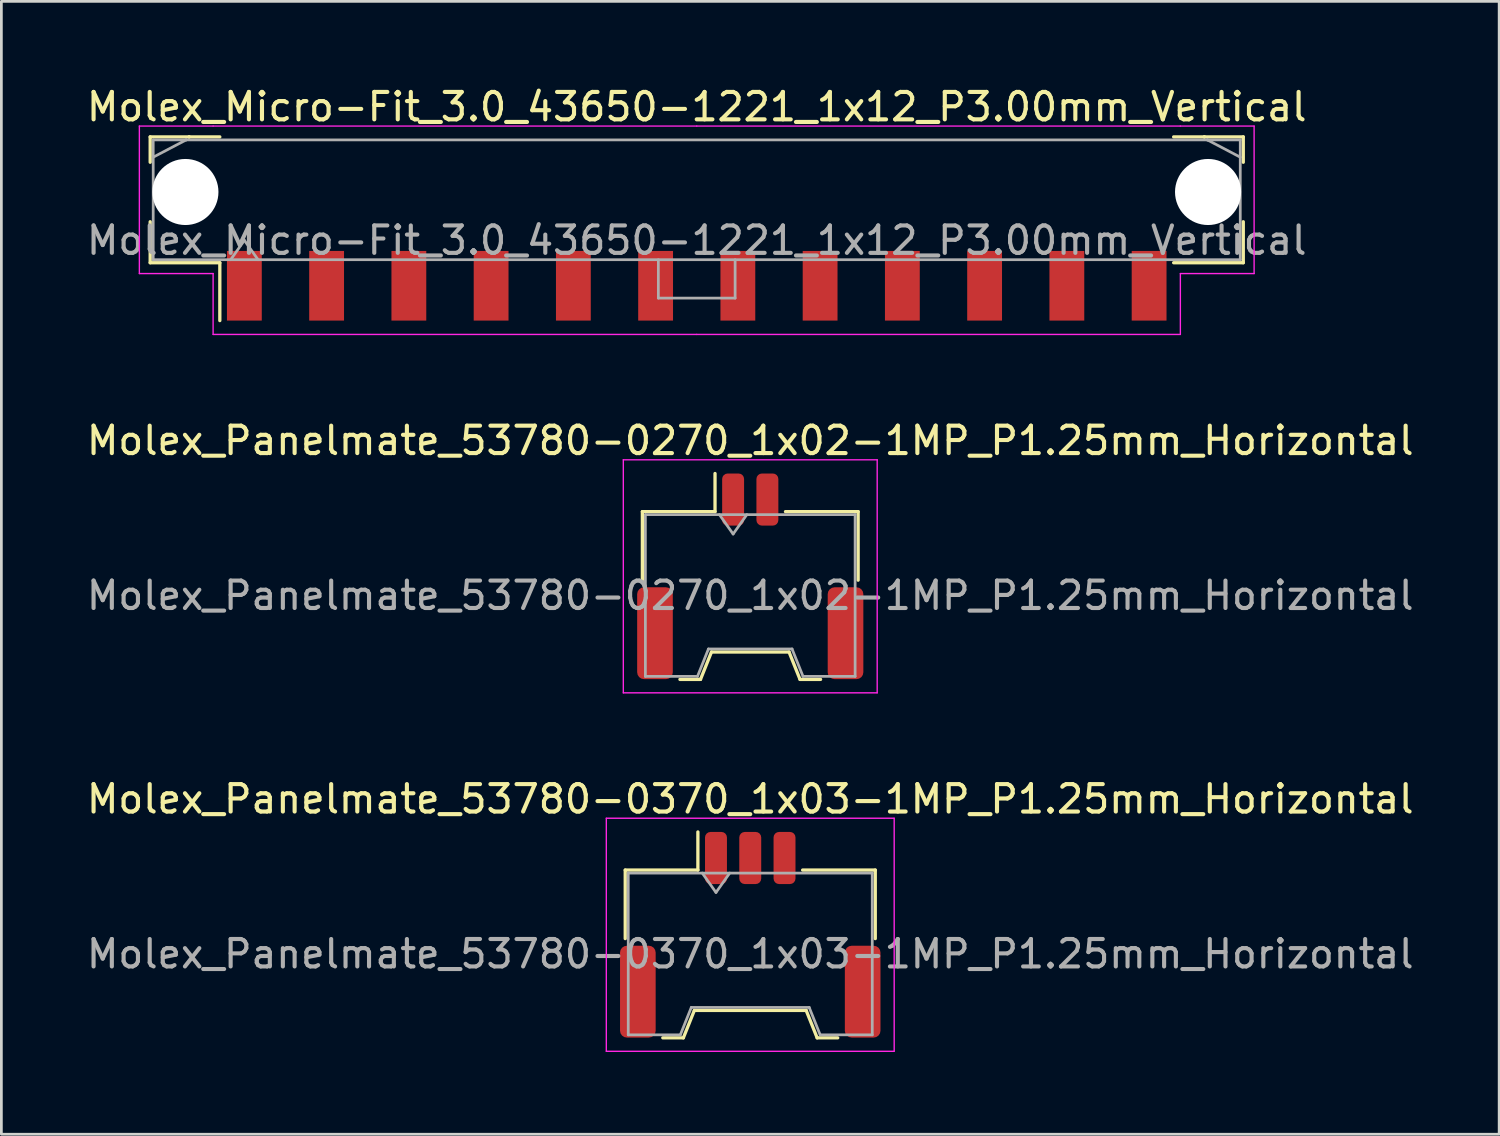
<source format=kicad_pcb>
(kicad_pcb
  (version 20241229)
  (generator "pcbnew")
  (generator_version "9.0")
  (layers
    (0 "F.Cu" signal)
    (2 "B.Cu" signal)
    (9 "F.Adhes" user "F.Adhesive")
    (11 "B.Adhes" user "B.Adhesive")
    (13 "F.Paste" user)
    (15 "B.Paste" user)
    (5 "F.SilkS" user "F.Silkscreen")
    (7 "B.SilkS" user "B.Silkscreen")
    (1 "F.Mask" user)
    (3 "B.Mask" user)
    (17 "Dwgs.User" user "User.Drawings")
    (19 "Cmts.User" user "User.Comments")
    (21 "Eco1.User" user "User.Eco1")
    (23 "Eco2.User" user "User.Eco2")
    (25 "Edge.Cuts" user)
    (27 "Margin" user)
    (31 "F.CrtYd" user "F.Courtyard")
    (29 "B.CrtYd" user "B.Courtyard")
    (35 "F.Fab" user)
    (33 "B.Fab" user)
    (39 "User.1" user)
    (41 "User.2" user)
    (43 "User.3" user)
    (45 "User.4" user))
  (footprint "Molex_Micro-Fit_3.0_43650-1221_1x12_P3.00mm_Vertical"
    (layer "F.Cu")
    (at 22.363 4.238)
    (property "Reference" "Molex_Micro-Fit_3.0_43650-1221_1x12_P3.00mm_Vertical" (at 0 -3.39 0) (layer "F.SilkS") (effects (font (size 1 1) (thickness 0.15))))
    (attr smd)
    (fp_line (start -19.935 -2.295) (end -18.515 -2.295) (stroke (width 0.12) (type solid)) (layer "F.SilkS"))
    (fp_line (start -19.935 -1.37) (end -19.935 -2.295) (stroke (width 0.12) (type solid)) (layer "F.SilkS"))
    (fp_line (start -19.935 0.8) (end -19.935 2.295) (stroke (width 0.12) (type solid)) (layer "F.SilkS"))
    (fp_line (start -19.935 2.295) (end -17.395 2.295) (stroke (width 0.12) (type solid)) (layer "F.SilkS"))
    (fp_line (start -18.515 -2.295) (end -18.515 -2.295) (stroke (width 0.12) (type solid)) (layer "F.SilkS"))
    (fp_line (start -18.515 -2.295) (end -17.395 -2.295) (stroke (width 0.12) (type solid)) (layer "F.SilkS"))
    (fp_line (start -17.395 2.295) (end -17.395 4.405) (stroke (width 0.12) (type solid)) (layer "F.SilkS"))
    (fp_line (start 18.515 -2.295) (end 17.395 -2.295) (stroke (width 0.12) (type solid)) (layer "F.SilkS"))
    (fp_line (start 18.515 -2.295) (end 18.515 -2.295) (stroke (width 0.12) (type solid)) (layer "F.SilkS"))
    (fp_line (start 19.935 -2.295) (end 18.515 -2.295) (stroke (width 0.12) (type solid)) (layer "F.SilkS"))
    (fp_line (start 19.935 -1.37) (end 19.935 -2.295) (stroke (width 0.12) (type solid)) (layer "F.SilkS"))
    (fp_line (start 19.935 0.8) (end 19.935 2.295) (stroke (width 0.12) (type solid)) (layer "F.SilkS"))
    (fp_line (start 19.935 2.295) (end 17.395 2.295) (stroke (width 0.12) (type solid)) (layer "F.SilkS"))
    (fp_line (start -20.33 -2.69) (end -20.33 2.69) (stroke (width 0.05) (type solid)) (layer "F.CrtYd"))
    (fp_line (start -20.33 2.69) (end -17.64 2.69) (stroke (width 0.05) (type solid)) (layer "F.CrtYd"))
    (fp_line (start -17.64 -2.69) (end -20.33 -2.69) (stroke (width 0.05) (type solid)) (layer "F.CrtYd"))
    (fp_line (start -17.64 2.69) (end -17.64 4.91) (stroke (width 0.05) (type solid)) (layer "F.CrtYd"))
    (fp_line (start -17.64 4.91) (end 0 4.91) (stroke (width 0.05) (type solid)) (layer "F.CrtYd"))
    (fp_line (start 0 -2.69) (end -17.64 -2.69) (stroke (width 0.05) (type solid)) (layer "F.CrtYd"))
    (fp_line (start 0 -2.69) (end 17.64 -2.69) (stroke (width 0.05) (type solid)) (layer "F.CrtYd"))
    (fp_line (start 17.64 -2.69) (end 20.33 -2.69) (stroke (width 0.05) (type solid)) (layer "F.CrtYd"))
    (fp_line (start 17.64 2.69) (end 17.64 4.91) (stroke (width 0.05) (type solid)) (layer "F.CrtYd"))
    (fp_line (start 17.64 4.91) (end 0 4.91) (stroke (width 0.05) (type solid)) (layer "F.CrtYd"))
    (fp_line (start 20.33 -2.69) (end 20.33 2.69) (stroke (width 0.05) (type solid)) (layer "F.CrtYd"))
    (fp_line (start 20.33 2.69) (end 17.64 2.69) (stroke (width 0.05) (type solid)) (layer "F.CrtYd"))
    (fp_line (start -19.825 -2.185) (end -19.825 2.185) (stroke (width 0.1) (type solid)) (layer "F.Fab"))
    (fp_line (start -19.825 -1.555) (end -18.625 -2.185) (stroke (width 0.1) (type solid)) (layer "F.Fab"))
    (fp_line (start -19.825 2.185) (end 19.825 2.185) (stroke (width 0.1) (type solid)) (layer "F.Fab"))
    (fp_line (start -18.625 -2.185) (end -19.825 -2.185) (stroke (width 0.1) (type solid)) (layer "F.Fab"))
    (fp_line (start -18.625 -2.185) (end -18.625 -2.185) (stroke (width 0.1) (type solid)) (layer "F.Fab"))
    (fp_line (start -17 2.185) (end -16.5 1.478) (stroke (width 0.1) (type solid)) (layer "F.Fab"))
    (fp_line (start -16.5 1.478) (end -16 2.185) (stroke (width 0.1) (type solid)) (layer "F.Fab"))
    (fp_line (start -1.4 2.185) (end -1.4 3.585) (stroke (width 0.1) (type solid)) (layer "F.Fab"))
    (fp_line (start -1.4 3.585) (end 1.4 3.585) (stroke (width 0.1) (type solid)) (layer "F.Fab"))
    (fp_line (start 1.4 3.585) (end 1.4 2.185) (stroke (width 0.1) (type solid)) (layer "F.Fab"))
    (fp_line (start 18.625 -2.185) (end -18.625 -2.185) (stroke (width 0.1) (type solid)) (layer "F.Fab"))
    (fp_line (start 18.625 -2.185) (end 18.625 -2.185) (stroke (width 0.1) (type solid)) (layer "F.Fab"))
    (fp_line (start 19.825 -2.185) (end 18.625 -2.185) (stroke (width 0.1) (type solid)) (layer "F.Fab"))
    (fp_line (start 19.825 -1.555) (end 18.625 -2.185) (stroke (width 0.1) (type solid)) (layer "F.Fab"))
    (fp_line (start 19.825 2.185) (end 19.825 -2.185) (stroke (width 0.1) (type solid)) (layer "F.Fab"))
    (fp_text user "${REFERENCE}" (at 0 1.48 0) (layer "F.Fab") (effects (font (size 1 1) (thickness 0.15))))
    (pad "" np_thru_hole circle (at -18.65 -0.285) (size 2.41 2.41) (drill 2.41) (layers "*.Cu" "*.Mask"))
    (pad "" np_thru_hole circle (at 18.65 -0.285) (size 2.41 2.41) (drill 2.41) (layers "*.Cu" "*.Mask"))
    (pad "1" smd rect (at -16.5 3.135) (size 1.27 2.54) (layers "F.Cu" "F.Mask" "F.Paste"))
    (pad "2" smd rect (at -13.5 3.135) (size 1.27 2.54) (layers "F.Cu" "F.Mask" "F.Paste"))
    (pad "3" smd rect (at -10.5 3.135) (size 1.27 2.54) (layers "F.Cu" "F.Mask" "F.Paste"))
    (pad "4" smd rect (at -7.5 3.135) (size 1.27 2.54) (layers "F.Cu" "F.Mask" "F.Paste"))
    (pad "5" smd rect (at -4.5 3.135) (size 1.27 2.54) (layers "F.Cu" "F.Mask" "F.Paste"))
    (pad "6" smd rect (at -1.5 3.135) (size 1.27 2.54) (layers "F.Cu" "F.Mask" "F.Paste"))
    (pad "7" smd rect (at 1.5 3.135) (size 1.27 2.54) (layers "F.Cu" "F.Mask" "F.Paste"))
    (pad "8" smd rect (at 4.5 3.135) (size 1.27 2.54) (layers "F.Cu" "F.Mask" "F.Paste"))
    (pad "9" smd rect (at 7.5 3.135) (size 1.27 2.54) (layers "F.Cu" "F.Mask" "F.Paste"))
    (pad "10" smd rect (at 10.5 3.135) (size 1.27 2.54) (layers "F.Cu" "F.Mask" "F.Paste"))
    (pad "11" smd rect (at 13.5 3.135) (size 1.27 2.54) (layers "F.Cu" "F.Mask" "F.Paste"))
    (pad "12" smd rect (at 16.5 3.135) (size 1.27 2.54) (layers "F.Cu" "F.Mask" "F.Paste")))
  (footprint "Molex_Panelmate_53780-0270_1x02-1MP_P1.25mm_Horizontal"
    (layer "F.Cu")
    (at 24.315 17.971)
    (property "Reference" "Molex_Panelmate_53780-0270_1x02-1MP_P1.25mm_Horizontal" (at 0 -4.95 0) (layer "F.SilkS") (effects (font (size 1 1) (thickness 0.15))))
    (attr smd)
    (fp_line (start -3.935 -2.36) (end -1.285 -2.36) (stroke (width 0.12) (type solid)) (layer "F.SilkS"))
    (fp_line (start -3.935 0.14) (end -3.935 -2.36) (stroke (width 0.12) (type solid)) (layer "F.SilkS"))
    (fp_line (start -2.565 3.76) (end -1.815 3.76) (stroke (width 0.12) (type solid)) (layer "F.SilkS"))
    (fp_line (start -1.815 3.76) (end -1.415 2.76) (stroke (width 0.12) (type solid)) (layer "F.SilkS"))
    (fp_line (start -1.415 2.76) (end 1.415 2.76) (stroke (width 0.12) (type solid)) (layer "F.SilkS"))
    (fp_line (start -1.285 -2.36) (end -1.285 -3.75) (stroke (width 0.12) (type solid)) (layer "F.SilkS"))
    (fp_line (start 1.415 2.76) (end 1.815 3.76) (stroke (width 0.12) (type solid)) (layer "F.SilkS"))
    (fp_line (start 1.815 3.76) (end 2.565 3.76) (stroke (width 0.12) (type solid)) (layer "F.SilkS"))
    (fp_line (start 3.935 -2.36) (end 1.285 -2.36) (stroke (width 0.12) (type solid)) (layer "F.SilkS"))
    (fp_line (start 3.935 0.14) (end 3.935 -2.36) (stroke (width 0.12) (type solid)) (layer "F.SilkS"))
    (fp_line (start -4.63 -4.25) (end -4.63 4.25) (stroke (width 0.05) (type solid)) (layer "F.CrtYd"))
    (fp_line (start -4.63 4.25) (end 4.63 4.25) (stroke (width 0.05) (type solid)) (layer "F.CrtYd"))
    (fp_line (start 4.63 -4.25) (end -4.63 -4.25) (stroke (width 0.05) (type solid)) (layer "F.CrtYd"))
    (fp_line (start 4.63 4.25) (end 4.63 -4.25) (stroke (width 0.05) (type solid)) (layer "F.CrtYd"))
    (fp_line (start -3.825 -2.25) (end -3.825 3.65) (stroke (width 0.1) (type solid)) (layer "F.Fab"))
    (fp_line (start -3.825 -2.25) (end 3.825 -2.25) (stroke (width 0.1) (type solid)) (layer "F.Fab"))
    (fp_line (start -3.825 3.65) (end -1.925 3.65) (stroke (width 0.1) (type solid)) (layer "F.Fab"))
    (fp_line (start -1.925 3.65) (end -1.525 2.65) (stroke (width 0.1) (type solid)) (layer "F.Fab"))
    (fp_line (start -1.525 2.65) (end 1.525 2.65) (stroke (width 0.1) (type solid)) (layer "F.Fab"))
    (fp_line (start -1.125 -2.25) (end -0.625 -1.543) (stroke (width 0.1) (type solid)) (layer "F.Fab"))
    (fp_line (start -0.625 -1.543) (end -0.125 -2.25) (stroke (width 0.1) (type solid)) (layer "F.Fab"))
    (fp_line (start 1.525 2.65) (end 1.925 3.65) (stroke (width 0.1) (type solid)) (layer "F.Fab"))
    (fp_line (start 1.925 3.65) (end 3.825 3.65) (stroke (width 0.1) (type solid)) (layer "F.Fab"))
    (fp_line (start 3.825 -2.25) (end 3.825 3.65) (stroke (width 0.1) (type solid)) (layer "F.Fab"))
    (fp_text user "${REFERENCE}" (at 0 0.7 0) (layer "F.Fab") (effects (font (size 1 1) (thickness 0.15))))
    (pad "1" smd roundrect (at -0.625 -2.8) (size 0.8 1.9) (layers "F.Cu" "F.Mask" "F.Paste") (roundrect_rratio 0.25))
    (pad "2" smd roundrect (at 0.625 -2.8) (size 0.8 1.9) (layers "F.Cu" "F.Mask" "F.Paste") (roundrect_rratio 0.25))
    (pad "MP" smd roundrect (at -3.475 2.075) (size 1.3 3.35) (layers "F.Cu" "F.Mask" "F.Paste") (roundrect_rratio 0.192))
    (pad "MP" smd roundrect (at 3.475 2.075) (size 1.3 3.35) (layers "F.Cu" "F.Mask" "F.Paste") (roundrect_rratio 0.192)))
  (footprint "Molex_Panelmate_53780-0370_1x03-1MP_P1.25mm_Horizontal"
    (layer "F.Cu")
    (at 24.315 31.045)
    (property "Reference" "Molex_Panelmate_53780-0370_1x03-1MP_P1.25mm_Horizontal" (at 0 -4.95 0) (layer "F.SilkS") (effects (font (size 1 1) (thickness 0.15))))
    (attr smd)
    (fp_line (start -4.56 -2.36) (end -1.91 -2.36) (stroke (width 0.12) (type solid)) (layer "F.SilkS"))
    (fp_line (start -4.56 0.14) (end -4.56 -2.36) (stroke (width 0.12) (type solid)) (layer "F.SilkS"))
    (fp_line (start -3.19 3.76) (end -2.44 3.76) (stroke (width 0.12) (type solid)) (layer "F.SilkS"))
    (fp_line (start -2.44 3.76) (end -2.04 2.76) (stroke (width 0.12) (type solid)) (layer "F.SilkS"))
    (fp_line (start -2.04 2.76) (end 2.04 2.76) (stroke (width 0.12) (type solid)) (layer "F.SilkS"))
    (fp_line (start -1.91 -2.36) (end -1.91 -3.75) (stroke (width 0.12) (type solid)) (layer "F.SilkS"))
    (fp_line (start 2.04 2.76) (end 2.44 3.76) (stroke (width 0.12) (type solid)) (layer "F.SilkS"))
    (fp_line (start 2.44 3.76) (end 3.19 3.76) (stroke (width 0.12) (type solid)) (layer "F.SilkS"))
    (fp_line (start 4.56 -2.36) (end 1.91 -2.36) (stroke (width 0.12) (type solid)) (layer "F.SilkS"))
    (fp_line (start 4.56 0.14) (end 4.56 -2.36) (stroke (width 0.12) (type solid)) (layer "F.SilkS"))
    (fp_line (start -5.25 -4.25) (end -5.25 4.25) (stroke (width 0.05) (type solid)) (layer "F.CrtYd"))
    (fp_line (start -5.25 4.25) (end 5.25 4.25) (stroke (width 0.05) (type solid)) (layer "F.CrtYd"))
    (fp_line (start 5.25 -4.25) (end -5.25 -4.25) (stroke (width 0.05) (type solid)) (layer "F.CrtYd"))
    (fp_line (start 5.25 4.25) (end 5.25 -4.25) (stroke (width 0.05) (type solid)) (layer "F.CrtYd"))
    (fp_line (start -4.45 -2.25) (end -4.45 3.65) (stroke (width 0.1) (type solid)) (layer "F.Fab"))
    (fp_line (start -4.45 -2.25) (end 4.45 -2.25) (stroke (width 0.1) (type solid)) (layer "F.Fab"))
    (fp_line (start -4.45 3.65) (end -2.55 3.65) (stroke (width 0.1) (type solid)) (layer "F.Fab"))
    (fp_line (start -2.55 3.65) (end -2.15 2.65) (stroke (width 0.1) (type solid)) (layer "F.Fab"))
    (fp_line (start -2.15 2.65) (end 2.15 2.65) (stroke (width 0.1) (type solid)) (layer "F.Fab"))
    (fp_line (start -1.75 -2.25) (end -1.25 -1.543) (stroke (width 0.1) (type solid)) (layer "F.Fab"))
    (fp_line (start -1.25 -1.543) (end -0.75 -2.25) (stroke (width 0.1) (type solid)) (layer "F.Fab"))
    (fp_line (start 2.15 2.65) (end 2.55 3.65) (stroke (width 0.1) (type solid)) (layer "F.Fab"))
    (fp_line (start 2.55 3.65) (end 4.45 3.65) (stroke (width 0.1) (type solid)) (layer "F.Fab"))
    (fp_line (start 4.45 -2.25) (end 4.45 3.65) (stroke (width 0.1) (type solid)) (layer "F.Fab"))
    (fp_text user "${REFERENCE}" (at 0 0.7 0) (layer "F.Fab") (effects (font (size 1 1) (thickness 0.15))))
    (pad "1" smd roundrect (at -1.25 -2.8) (size 0.8 1.9) (layers "F.Cu" "F.Mask" "F.Paste") (roundrect_rratio 0.25))
    (pad "2" smd roundrect (at 0 -2.8) (size 0.8 1.9) (layers "F.Cu" "F.Mask" "F.Paste") (roundrect_rratio 0.25))
    (pad "3" smd roundrect (at 1.25 -2.8) (size 0.8 1.9) (layers "F.Cu" "F.Mask" "F.Paste") (roundrect_rratio 0.25))
    (pad "MP" smd roundrect (at -4.1 2.075) (size 1.3 3.35) (layers "F.Cu" "F.Mask" "F.Paste") (roundrect_rratio 0.192))
    (pad "MP" smd roundrect (at 4.1 2.075) (size 1.3 3.35) (layers "F.Cu" "F.Mask" "F.Paste") (roundrect_rratio 0.192)))
  (gr_rect
    (start -3 -3)
    (end 51.631 38.32)
    (stroke (width 0.1) (type default))
    (fill no)
    (layer "Edge.Cuts")))
</source>
